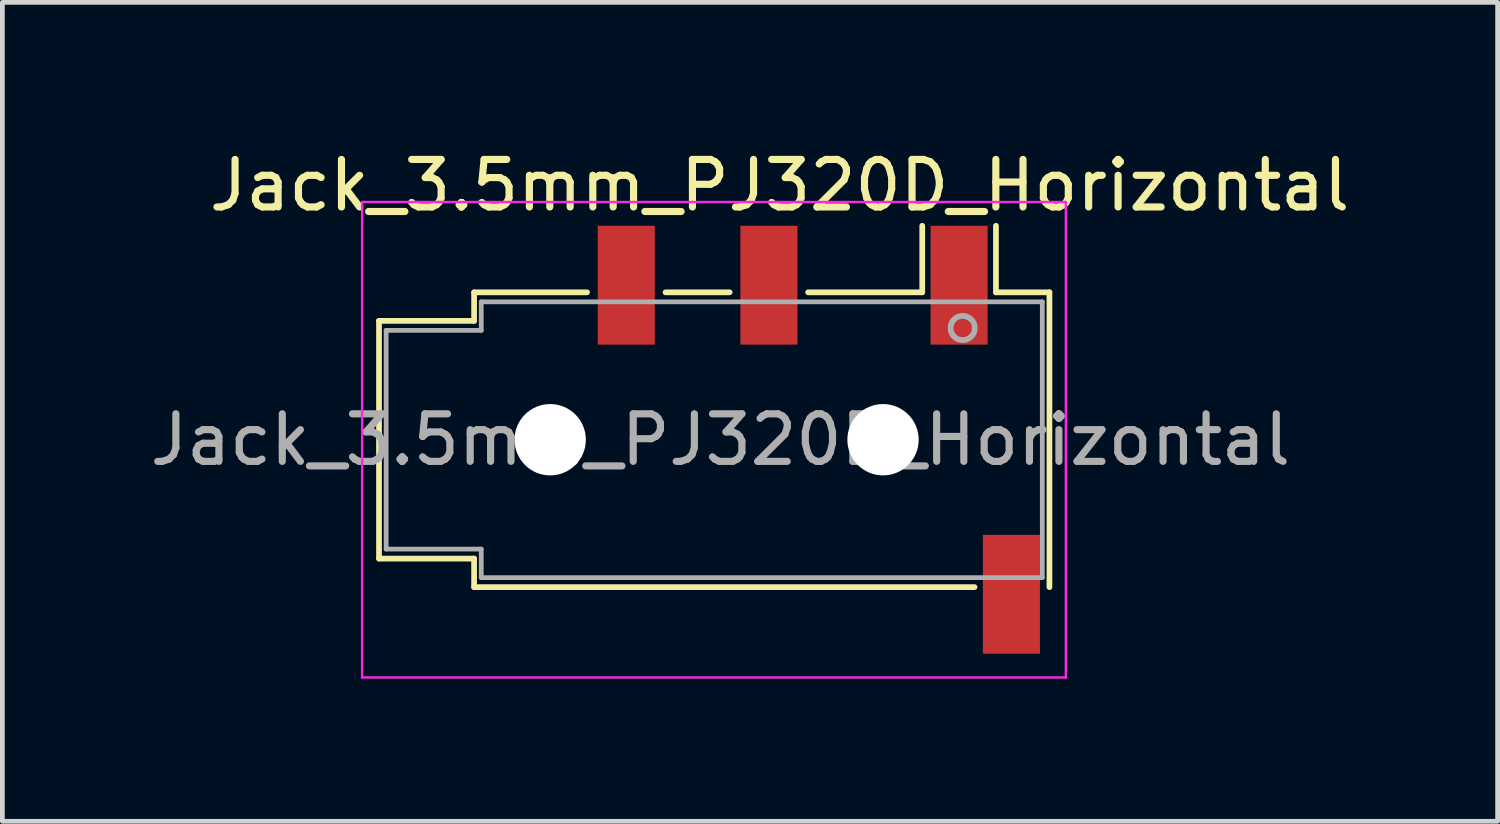
<source format=kicad_pcb>
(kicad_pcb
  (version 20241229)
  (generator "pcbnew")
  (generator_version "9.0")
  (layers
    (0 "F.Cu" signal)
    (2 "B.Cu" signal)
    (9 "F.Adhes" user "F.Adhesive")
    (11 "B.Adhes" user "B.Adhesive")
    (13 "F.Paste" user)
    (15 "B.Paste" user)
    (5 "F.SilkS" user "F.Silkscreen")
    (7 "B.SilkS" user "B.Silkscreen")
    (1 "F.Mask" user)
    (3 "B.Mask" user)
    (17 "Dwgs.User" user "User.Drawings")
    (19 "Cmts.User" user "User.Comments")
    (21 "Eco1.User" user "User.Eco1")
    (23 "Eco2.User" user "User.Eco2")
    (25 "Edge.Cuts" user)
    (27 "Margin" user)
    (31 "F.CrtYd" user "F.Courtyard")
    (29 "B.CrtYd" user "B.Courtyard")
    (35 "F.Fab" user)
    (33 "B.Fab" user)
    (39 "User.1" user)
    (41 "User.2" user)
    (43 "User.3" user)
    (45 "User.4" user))
  (footprint "Jack_3.5mm_PJ320D_Horizontal"
    (layer "F.Cu")
    (at 13.296 6.198)
    (property "Reference" "Jack_3.5mm_PJ320D_Horizontal" (at 0.05 -5.35 0) (layer "F.SilkS") (effects (font (size 1 1) (thickness 0.15))))
    (attr smd)
    (fp_line (start -8.375 -2.5) (end -8.375 2.5) (stroke (width 0.12) (type solid)) (layer "F.SilkS"))
    (fp_line (start -6.375 -3.1) (end -6.375 -2.5) (stroke (width 0.12) (type solid)) (layer "F.SilkS"))
    (fp_line (start -6.375 -3.1) (end -4 -3.1) (stroke (width 0.12) (type solid)) (layer "F.SilkS"))
    (fp_line (start -6.375 -2.5) (end -8.375 -2.5) (stroke (width 0.12) (type solid)) (layer "F.SilkS"))
    (fp_line (start -6.375 2.5) (end -8.375 2.5) (stroke (width 0.12) (type solid)) (layer "F.SilkS"))
    (fp_line (start -6.375 2.5) (end -6.375 3.1) (stroke (width 0.12) (type solid)) (layer "F.SilkS"))
    (fp_line (start -2.35 -3.1) (end -1 -3.1) (stroke (width 0.12) (type solid)) (layer "F.SilkS"))
    (fp_line (start 0.65 -3.1) (end 3.05 -3.1) (stroke (width 0.12) (type solid)) (layer "F.SilkS"))
    (fp_line (start 3.05 -3.1) (end 3.05 -4.5) (stroke (width 0.12) (type solid)) (layer "F.SilkS"))
    (fp_line (start 4.15 3.1) (end -6.375 3.1) (stroke (width 0.12) (type solid)) (layer "F.SilkS"))
    (fp_line (start 4.6 -3.1) (end 4.6 -4.5) (stroke (width 0.12) (type solid)) (layer "F.SilkS"))
    (fp_line (start 4.6 -3.1) (end 5.725 -3.1) (stroke (width 0.12) (type solid)) (layer "F.SilkS"))
    (fp_line (start 5.725 3.1) (end 5.725 -3.1) (stroke (width 0.12) (type solid)) (layer "F.SilkS"))
    (fp_line (start -8.73 -5) (end 6.07 -5) (stroke (width 0.05) (type solid)) (layer "F.CrtYd"))
    (fp_line (start -8.73 5) (end -8.73 -5) (stroke (width 0.05) (type solid)) (layer "F.CrtYd"))
    (fp_line (start -8.73 5) (end 6.07 5) (stroke (width 0.05) (type solid)) (layer "F.CrtYd"))
    (fp_line (start 6.07 5) (end 6.07 -5) (stroke (width 0.05) (type solid)) (layer "F.CrtYd"))
    (fp_line (start -8.225 -2.3) (end -6.225 -2.3) (stroke (width 0.1) (type solid)) (layer "F.Fab"))
    (fp_line (start -8.225 2.3) (end -8.225 -2.3) (stroke (width 0.1) (type solid)) (layer "F.Fab"))
    (fp_line (start -6.225 -2.9) (end 5.575 -2.9) (stroke (width 0.1) (type solid)) (layer "F.Fab"))
    (fp_line (start -6.225 -2.3) (end -6.225 -2.9) (stroke (width 0.1) (type solid)) (layer "F.Fab"))
    (fp_line (start -6.225 2.3) (end -8.225 2.3) (stroke (width 0.1) (type solid)) (layer "F.Fab"))
    (fp_line (start -6.225 2.9) (end -6.225 2.3) (stroke (width 0.1) (type solid)) (layer "F.Fab"))
    (fp_line (start 5.575 -2.9) (end 5.575 2.9) (stroke (width 0.1) (type solid)) (layer "F.Fab"))
    (fp_line (start 5.575 2.9) (end -6.225 2.9) (stroke (width 0.1) (type solid)) (layer "F.Fab"))
    (fp_circle (center 3.9 -2.35) (end 3.95 -2.1) (stroke (width 0.12) (type solid)) (fill no) (layer "F.Fab"))
    (fp_text user "${REFERENCE}" (at -1.195 0 0) (layer "F.Fab") (effects (font (size 1 1) (thickness 0.15))))
    (pad "" np_thru_hole circle (at -4.775 0) (size 1.5 1.5) (drill 1.5) (layers "*.Cu" "*.Mask"))
    (pad "" np_thru_hole circle (at 2.225 0) (size 1.5 1.5) (drill 1.5) (layers "*.Cu" "*.Mask"))
    (pad "R1" smd rect (at -0.175 -3.25) (size 1.2 2.5) (layers "F.Cu" "F.Mask" "F.Paste"))
    (pad "R2" smd rect (at 4.925 3.25) (size 1.2 2.5) (layers "F.Cu" "F.Mask" "F.Paste"))
    (pad "S" smd rect (at -3.175 -3.25) (size 1.2 2.5) (layers "F.Cu" "F.Mask" "F.Paste"))
    (pad "T" smd rect (at 3.825 -3.25) (size 1.2 2.5) (layers "F.Cu" "F.Mask" "F.Paste")))
  (gr_rect
    (start -3 -3)
    (end 28.447 14.223)
    (stroke (width 0.1) (type default))
    (fill no)
    (layer "Edge.Cuts")))
</source>
